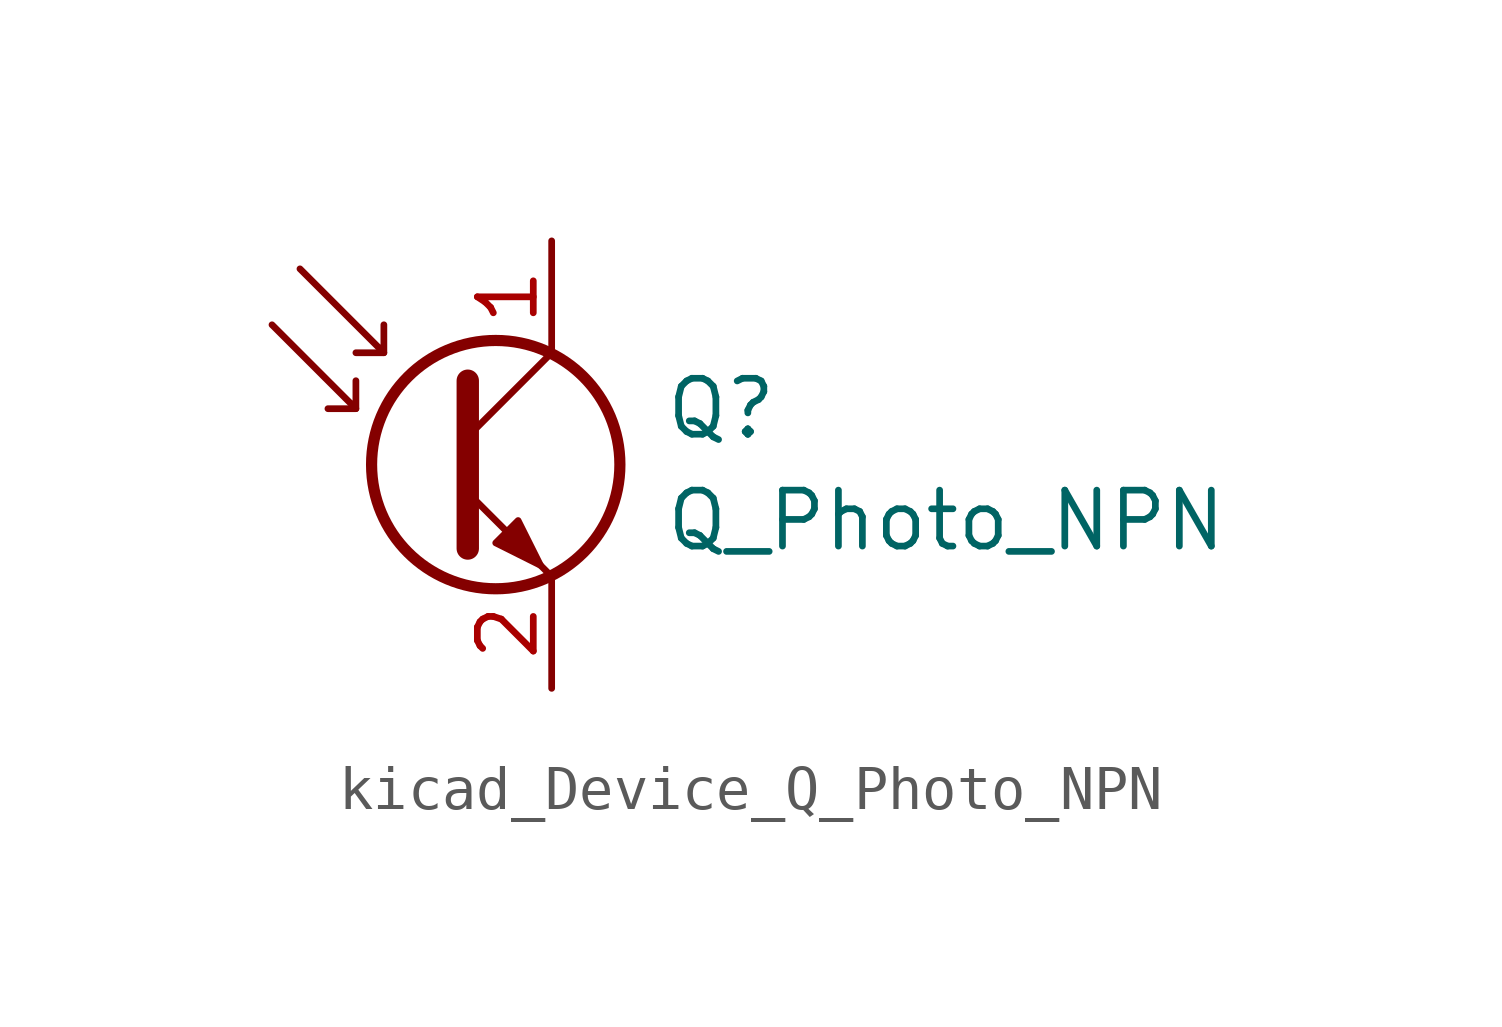
<source format=kicad_sym>
(kicad_symbol_lib
  (version 20220914)
  (generator kicad_symbol_editor)
  (symbol "kicad_Device_Q_Photo_NPN"
    (pin_names
      (offset 0) hide)
    (property "Reference" "Q"
      (at 5.08 1.27 0)
      (effects (font (size 1.27 1.27)) (justify left)))
    (property "Value" "Q_Photo_NPN"
      (at 5.08 -1.27 0)
      (effects (font (size 1.27 1.27)) (justify left)))
    (symbol "kicad_Device_Q_Photo_NPN_0_1"
      (polyline (pts (xy -1.905 1.27) (xy -2.54 1.27)) (stroke (width 0) (type default)) (fill (type none)))
      (polyline (pts (xy -1.27 2.54) (xy -1.905 2.54)) (stroke (width 0) (type default)) (fill (type none)))
      (polyline (pts (xy 0.635 0.635) (xy 2.54 2.54)) (stroke (width 0) (type default)) (fill (type none)))
      (polyline (pts (xy -3.81 3.175) (xy -1.905 1.27) (xy -1.905 1.905)) (stroke (width 0) (type default)) (fill (type none)))
      (polyline (pts (xy -3.175 4.445) (xy -1.27 2.54) (xy -1.27 3.175)) (stroke (width 0) (type default)) (fill (type none)))
      (polyline (pts (xy 0.635 -0.635) (xy 2.54 -2.54) (xy 2.54 -2.54)) (stroke (width 0) (type default)) (fill (type none)))
      (polyline (pts (xy 0.635 1.905) (xy 0.635 -1.905) (xy 0.635 -1.905)) (stroke (width 0.508) (type default)) (fill (type none)))
      (polyline (pts (xy 1.27 -1.778) (xy 1.778 -1.27) (xy 2.286 -2.286) (xy 1.27 -1.778) (xy 1.27 -1.778)) (stroke (width 0) (type default)) (fill (type outline)))
      (circle (center 1.27 0) (radius 2.819) (stroke (width 0.254) (type default)) (fill (type none))))
    (symbol "kicad_Device_Q_Photo_NPN_1_1"
      (pin passive line (at 2.54 5.08 270) (length 2.54) (name "C" (effects (font (size 1.27 1.27)))) (number "1" (effects (font (size 1.27 1.27)))))
      (pin passive line (at 2.54 -5.08 90) (length 2.54) (name "E" (effects (font (size 1.27 1.27)))) (number "2" (effects (font (size 1.27 1.27))))))))
</source>
